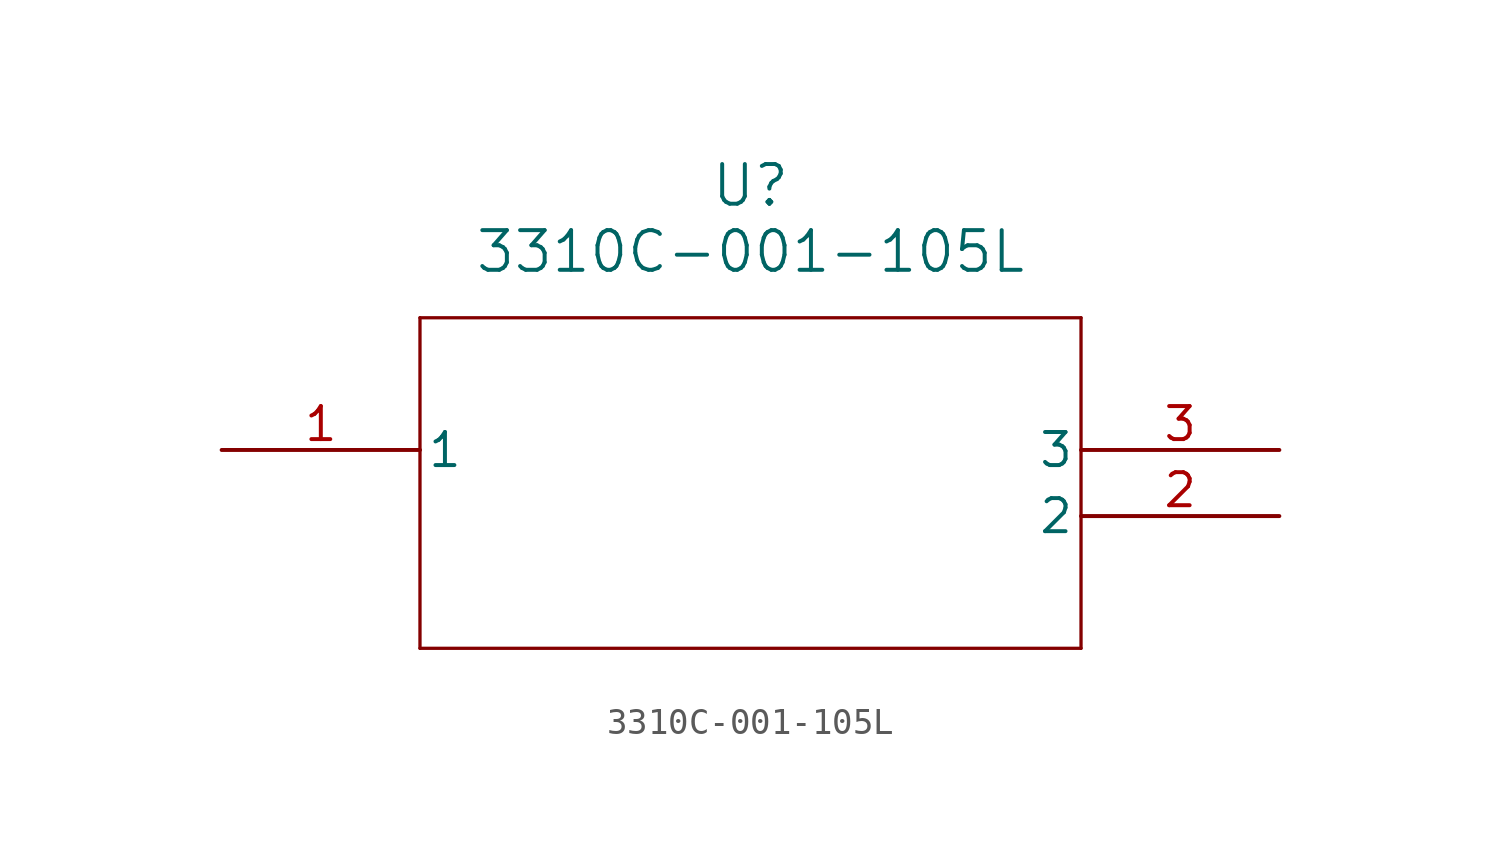
<source format=kicad_sym>
(kicad_symbol_lib
  (version 20211014)
  (generator kicad_symbol_editor)
  (symbol "3310C-001-105L"
    (pin_names
      (offset 0.254))
    (property "Reference" "U"
      (at 20.32 10.16 0)
      (effects (font (size 1.524 1.524))))
    (property "Value" "3310C-001-105L"
      (at 20.32 7.62 0)
      (effects (font (size 1.524 1.524))))
    (symbol "3310C-001-105L_0_1"
      (polyline (pts (xy 7.62 5.08) (xy 7.62 -7.62)) (stroke (width 0.127) (type default) (color 0 0 0 0)) (fill (type none)))
      (polyline (pts (xy 7.62 -7.62) (xy 33.02 -7.62)) (stroke (width 0.127) (type default) (color 0 0 0 0)) (fill (type none)))
      (polyline (pts (xy 33.02 -7.62) (xy 33.02 5.08)) (stroke (width 0.127) (type default) (color 0 0 0 0)) (fill (type none)))
      (polyline (pts (xy 33.02 5.08) (xy 7.62 5.08)) (stroke (width 0.127) (type default) (color 0 0 0 0)) (fill (type none)))
      (pin unspecified line (at 0 0 0) (length 7.62) (name "1" (effects (font (size 1.27 1.27)))) (number "1" (effects (font (size 1.27 1.27)))))
      (pin unspecified line (at 40.64 -2.54 180) (length 7.62) (name "2" (effects (font (size 1.27 1.27)))) (number "2" (effects (font (size 1.27 1.27)))))
      (pin unspecified line (at 40.64 0 180) (length 7.62) (name "3" (effects (font (size 1.27 1.27)))) (number "3" (effects (font (size 1.27 1.27))))))))
</source>
